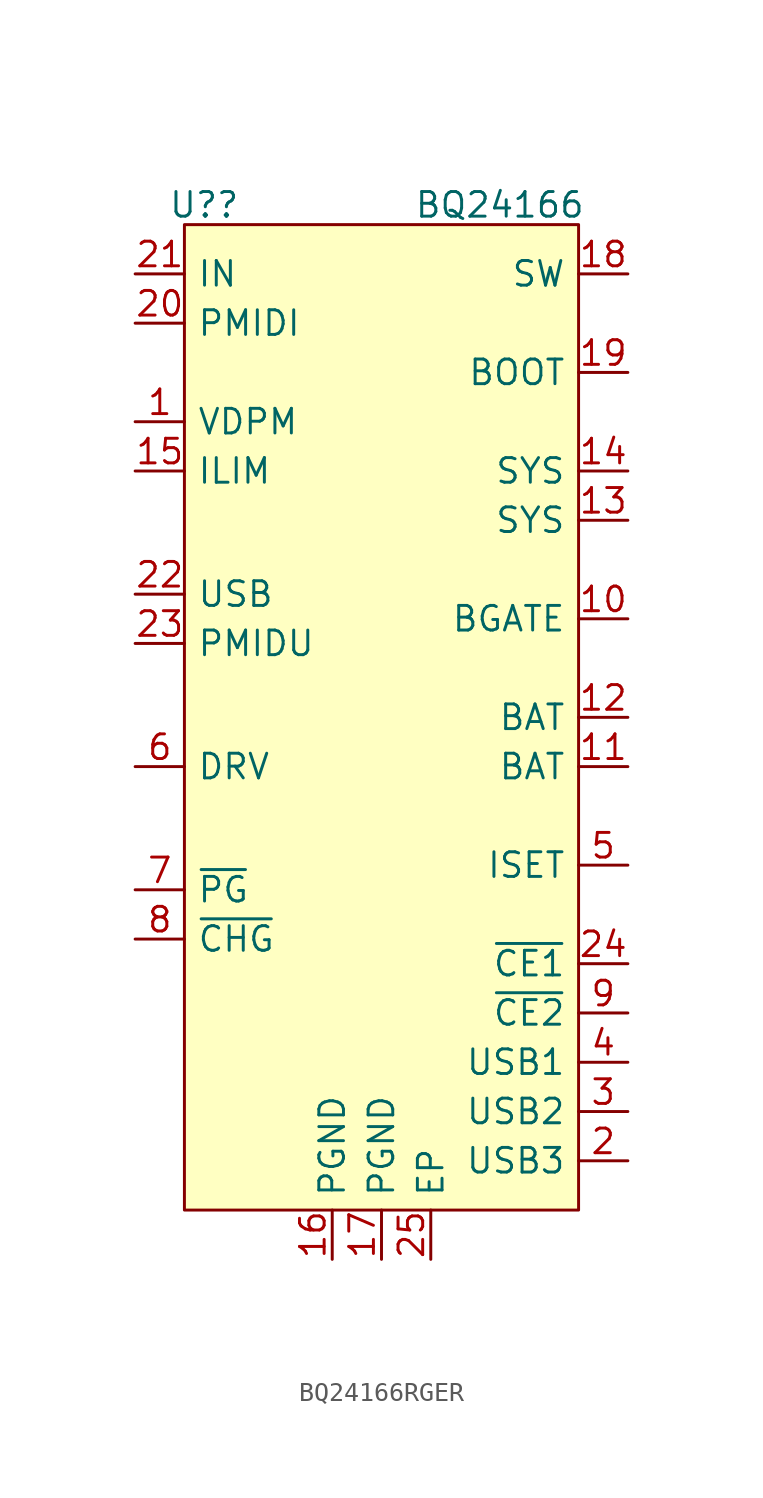
<source format=kicad_sym>
(kicad_symbol_lib
  (version 20231120)
  (generator "kicad_symbol_editor")
  (generator_version "8.0")
  (symbol "BQ24166RGER"
    (pin_names
      (offset 0.635))
    (property "Reference" "U?"
      (at -9.144 26.416 0)
      (effects (font (size 1.27 1.27))))
    (property "Value" "BQ24166"
      (at 6.096 26.416 0)
      (effects (font (size 1.27 1.27))))
    (symbol "BQ24166RGER_1_1"
      (rectangle (start -10.16 25.4) (end 10.16 -25.4) (stroke (width 0) (type default)) (fill (type background)))
      (pin input line (at -12.7 15.24 0) (length 2.54) (name "VDPM" (effects (font (size 1.27 1.27)))) (number "1" (effects (font (size 1.27 1.27)))))
      (pin output line (at 12.7 5.08 180) (length 2.54) (name "BGATE" (effects (font (size 1.27 1.27)))) (number "10" (effects (font (size 1.27 1.27)))))
      (pin power_in line (at 12.7 -2.54 180) (length 2.54) (name "BAT" (effects (font (size 1.27 1.27)))) (number "11" (effects (font (size 1.27 1.27)))))
      (pin power_in line (at 12.7 0 180) (length 2.54) (name "BAT" (effects (font (size 1.27 1.27)))) (number "12" (effects (font (size 1.27 1.27)))))
      (pin input line (at 12.7 10.16 180) (length 2.54) (name "SYS" (effects (font (size 1.27 1.27)))) (number "13" (effects (font (size 1.27 1.27)))))
      (pin input line (at 12.7 12.7 180) (length 2.54) (name "SYS" (effects (font (size 1.27 1.27)))) (number "14" (effects (font (size 1.27 1.27)))))
      (pin input line (at -12.7 12.7 0) (length 2.54) (name "ILIM" (effects (font (size 1.27 1.27)))) (number "15" (effects (font (size 1.27 1.27)))))
      (pin passive line (at -2.54 -27.94 90) (length 2.54) (name "PGND" (effects (font (size 1.27 1.27)))) (number "16" (effects (font (size 1.27 1.27)))))
      (pin passive line (at 0 -27.94 90) (length 2.54) (name "PGND" (effects (font (size 1.27 1.27)))) (number "17" (effects (font (size 1.27 1.27)))))
      (pin output line (at 12.7 22.86 180) (length 2.54) (name "SW" (effects (font (size 1.27 1.27)))) (number "18" (effects (font (size 1.27 1.27)))))
      (pin input line (at 12.7 17.78 180) (length 2.54) (name "BOOT" (effects (font (size 1.27 1.27)))) (number "19" (effects (font (size 1.27 1.27)))))
      (pin input line (at 12.7 -22.86 180) (length 2.54) (name "USB3" (effects (font (size 1.27 1.27)))) (number "2" (effects (font (size 1.27 1.27)))))
      (pin output line (at -12.7 20.32 0) (length 2.54) (name "PMIDI" (effects (font (size 1.27 1.27)))) (number "20" (effects (font (size 1.27 1.27)))))
      (pin power_in line (at -12.7 22.86 0) (length 2.54) (name "IN" (effects (font (size 1.27 1.27)))) (number "21" (effects (font (size 1.27 1.27)))))
      (pin power_in line (at -12.7 6.35 0) (length 2.54) (name "USB" (effects (font (size 1.27 1.27)))) (number "22" (effects (font (size 1.27 1.27)))))
      (pin output line (at -12.7 3.81 0) (length 2.54) (name "PMIDU" (effects (font (size 1.27 1.27)))) (number "23" (effects (font (size 1.27 1.27)))))
      (pin input line (at 12.7 -12.7 180) (length 2.54) (name "~{CE1}" (effects (font (size 1.27 1.27)))) (number "24" (effects (font (size 1.27 1.27)))))
      (pin passive line (at 2.54 -27.94 90) (length 2.54) (name "EP" (effects (font (size 1.27 1.27)))) (number "25" (effects (font (size 1.27 1.27)))))
      (pin input line (at 12.7 -20.32 180) (length 2.54) (name "USB2" (effects (font (size 1.27 1.27)))) (number "3" (effects (font (size 1.27 1.27)))))
      (pin input line (at 12.7 -17.78 180) (length 2.54) (name "USB1" (effects (font (size 1.27 1.27)))) (number "4" (effects (font (size 1.27 1.27)))))
      (pin input line (at 12.7 -7.62 180) (length 2.54) (name "ISET" (effects (font (size 1.27 1.27)))) (number "5" (effects (font (size 1.27 1.27)))))
      (pin output line (at -12.7 -2.54 0) (length 2.54) (name "DRV" (effects (font (size 1.27 1.27)))) (number "6" (effects (font (size 1.27 1.27)))))
      (pin output line (at -12.7 -8.89 0) (length 2.54) (name "~{PG}" (effects (font (size 1.27 1.27)))) (number "7" (effects (font (size 1.27 1.27)))))
      (pin output line (at -12.7 -11.43 0) (length 2.54) (name "~{CHG}" (effects (font (size 1.27 1.27)))) (number "8" (effects (font (size 1.27 1.27)))))
      (pin input line (at 12.7 -15.24 180) (length 2.54) (name "~{CE2}" (effects (font (size 1.27 1.27)))) (number "9" (effects (font (size 1.27 1.27))))))))
</source>
